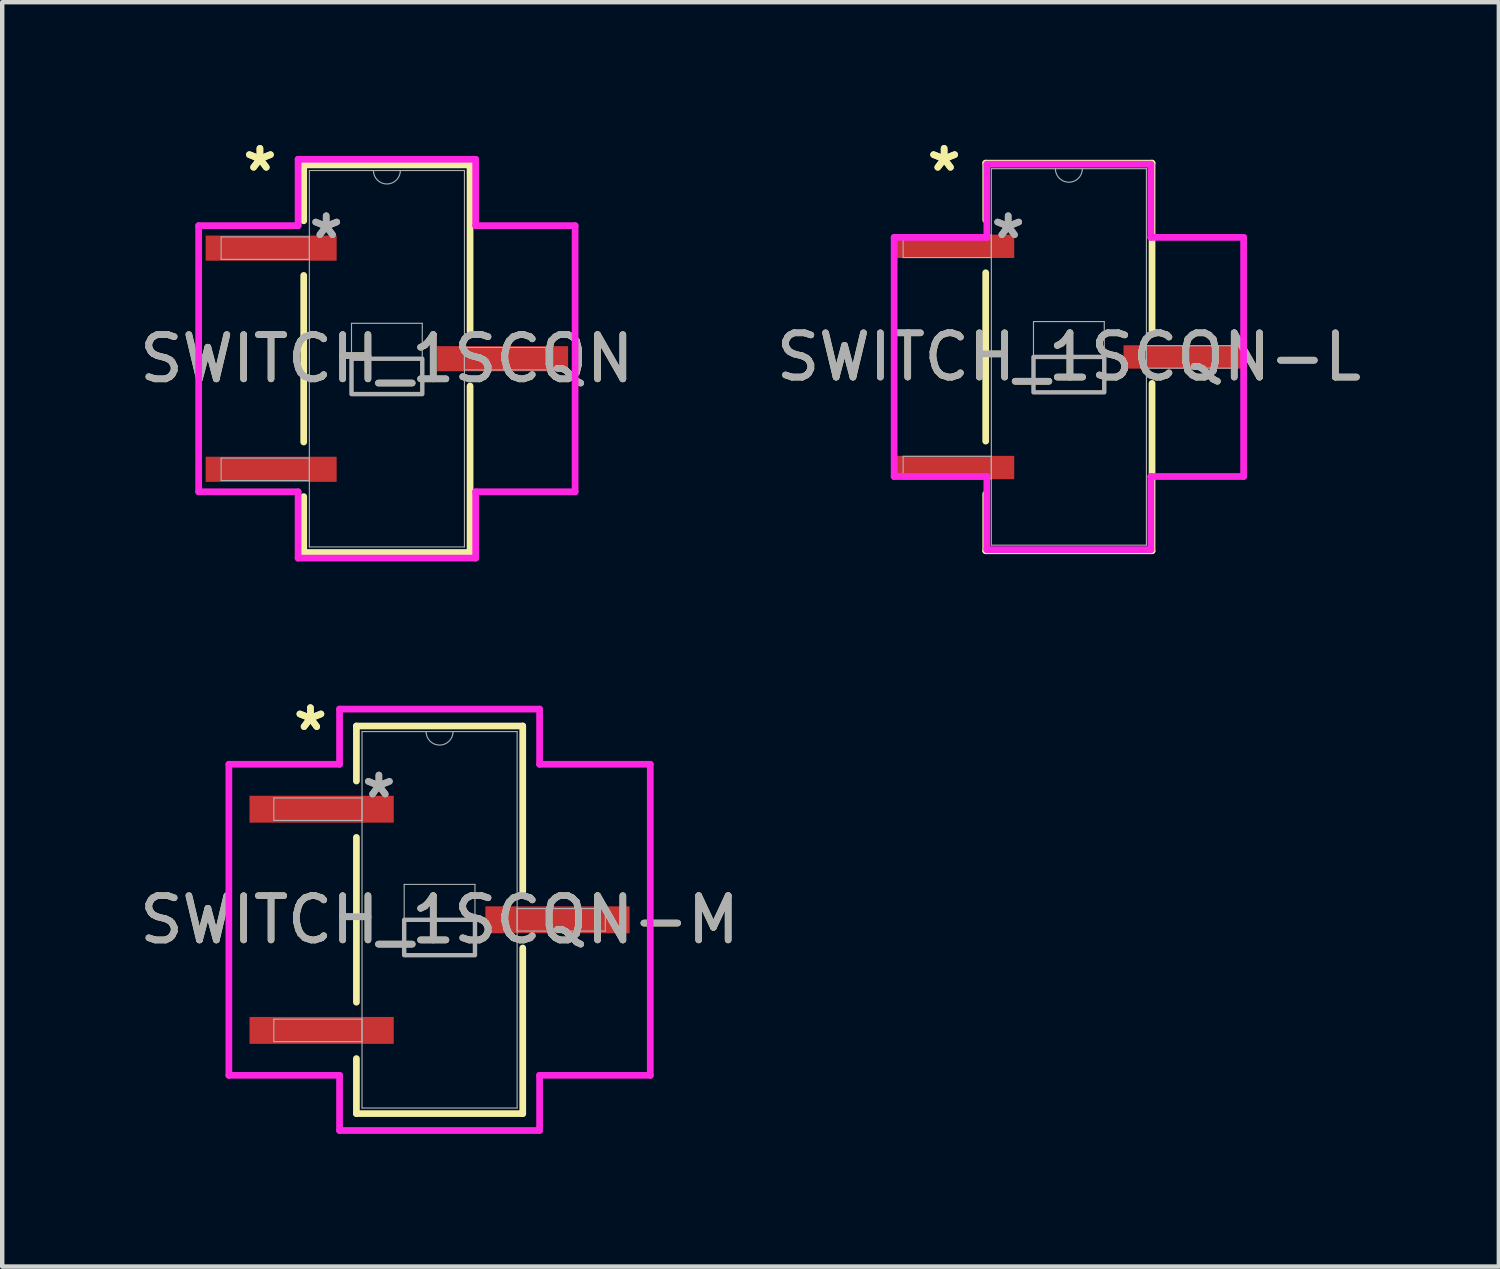
<source format=kicad_pcb>
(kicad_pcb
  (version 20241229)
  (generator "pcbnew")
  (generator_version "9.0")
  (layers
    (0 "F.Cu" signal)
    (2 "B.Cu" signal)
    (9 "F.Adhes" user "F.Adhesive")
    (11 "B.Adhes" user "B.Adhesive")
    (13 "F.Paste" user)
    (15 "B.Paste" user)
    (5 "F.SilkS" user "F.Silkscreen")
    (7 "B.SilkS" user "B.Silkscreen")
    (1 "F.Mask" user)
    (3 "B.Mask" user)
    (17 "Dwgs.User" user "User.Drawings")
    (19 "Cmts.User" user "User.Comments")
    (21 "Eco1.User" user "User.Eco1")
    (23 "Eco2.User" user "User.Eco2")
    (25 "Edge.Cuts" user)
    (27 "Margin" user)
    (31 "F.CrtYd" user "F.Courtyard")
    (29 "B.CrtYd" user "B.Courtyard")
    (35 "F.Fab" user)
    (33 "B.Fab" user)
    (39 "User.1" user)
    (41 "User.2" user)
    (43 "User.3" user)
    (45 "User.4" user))
  (footprint "SWITCH_1SCQN"
    (layer "F.Cu")
    (at 5.696 5.059)
    (property "Reference" "SWITCH_1SCQN" (at 0 0 0) (unlocked yes) (layer "F.SilkS") (effects (font (size 1 1) (thickness 0.15))))
    (attr smd)
    (fp_line (start -1.88 -4.381) (end -1.88 -3.117) (stroke (width 0.152) (type solid)) (layer "F.SilkS"))
    (fp_line (start -1.88 -1.883) (end -1.88 1.883) (stroke (width 0.152) (type solid)) (layer "F.SilkS"))
    (fp_line (start -1.88 3.117) (end -1.88 4.381) (stroke (width 0.152) (type solid)) (layer "F.SilkS"))
    (fp_line (start -1.88 4.381) (end 1.88 4.381) (stroke (width 0.152) (type solid)) (layer "F.SilkS"))
    (fp_line (start 1.88 -4.381) (end -1.88 -4.381) (stroke (width 0.152) (type solid)) (layer "F.SilkS"))
    (fp_line (start 1.88 -0.617) (end 1.88 -4.381) (stroke (width 0.152) (type solid)) (layer "F.SilkS"))
    (fp_line (start 1.88 4.381) (end 1.88 0.617) (stroke (width 0.152) (type solid)) (layer "F.SilkS"))
    (fp_line (start -4.255 -3.008) (end -2.007 -3.008) (stroke (width 0.152) (type solid)) (layer "F.CrtYd"))
    (fp_line (start -4.255 3.008) (end -4.255 -3.008) (stroke (width 0.152) (type solid)) (layer "F.CrtYd"))
    (fp_line (start -2.007 -4.508) (end 2.007 -4.508) (stroke (width 0.152) (type solid)) (layer "F.CrtYd"))
    (fp_line (start -2.007 -3.008) (end -2.007 -4.508) (stroke (width 0.152) (type solid)) (layer "F.CrtYd"))
    (fp_line (start -2.007 3.008) (end -4.255 3.008) (stroke (width 0.152) (type solid)) (layer "F.CrtYd"))
    (fp_line (start -2.007 4.508) (end -2.007 3.008) (stroke (width 0.152) (type solid)) (layer "F.CrtYd"))
    (fp_line (start 2.007 -4.508) (end 2.007 -3.008) (stroke (width 0.152) (type solid)) (layer "F.CrtYd"))
    (fp_line (start 2.007 -3.008) (end 4.255 -3.008) (stroke (width 0.152) (type solid)) (layer "F.CrtYd"))
    (fp_line (start 2.007 3.008) (end 2.007 4.508) (stroke (width 0.152) (type solid)) (layer "F.CrtYd"))
    (fp_line (start 2.007 4.508) (end -2.007 4.508) (stroke (width 0.152) (type solid)) (layer "F.CrtYd"))
    (fp_line (start 4.255 -3.008) (end 4.255 3.008) (stroke (width 0.152) (type solid)) (layer "F.CrtYd"))
    (fp_line (start 4.255 3.008) (end 2.007 3.008) (stroke (width 0.152) (type solid)) (layer "F.CrtYd"))
    (fp_line (start -3.747 -2.754) (end -3.747 -2.246) (stroke (width 0.025) (type solid)) (layer "F.Fab"))
    (fp_line (start -3.747 -2.246) (end -1.753 -2.246) (stroke (width 0.025) (type solid)) (layer "F.Fab"))
    (fp_line (start -3.747 2.246) (end -3.747 2.754) (stroke (width 0.025) (type solid)) (layer "F.Fab"))
    (fp_line (start -3.747 2.754) (end -1.753 2.754) (stroke (width 0.025) (type solid)) (layer "F.Fab"))
    (fp_line (start -1.753 -4.255) (end -1.753 4.255) (stroke (width 0.025) (type solid)) (layer "F.Fab"))
    (fp_line (start -1.753 -2.754) (end -3.747 -2.754) (stroke (width 0.025) (type solid)) (layer "F.Fab"))
    (fp_line (start -1.753 -2.246) (end -1.753 -2.754) (stroke (width 0.025) (type solid)) (layer "F.Fab"))
    (fp_line (start -1.753 2.246) (end -3.747 2.246) (stroke (width 0.025) (type solid)) (layer "F.Fab"))
    (fp_line (start -1.753 2.754) (end -1.753 2.246) (stroke (width 0.025) (type solid)) (layer "F.Fab"))
    (fp_line (start -1.753 4.255) (end 1.753 4.255) (stroke (width 0.025) (type solid)) (layer "F.Fab"))
    (fp_line (start -0.8 -0.8) (end 0.8 -0.8) (stroke (width 0.025) (type solid)) (layer "F.Fab"))
    (fp_line (start -0.8 0.8) (end -0.8 -0.8) (stroke (width 0.025) (type solid)) (layer "F.Fab"))
    (fp_line (start 0.8 -0.8) (end 0.8 0.8) (stroke (width 0.025) (type solid)) (layer "F.Fab"))
    (fp_line (start 0.8 0.8) (end -0.8 0.8) (stroke (width 0.025) (type solid)) (layer "F.Fab"))
    (fp_line (start 1.753 -4.255) (end -1.753 -4.255) (stroke (width 0.025) (type solid)) (layer "F.Fab"))
    (fp_line (start 1.753 -0.254) (end 1.753 0.254) (stroke (width 0.025) (type solid)) (layer "F.Fab"))
    (fp_line (start 1.753 0.254) (end 3.747 0.254) (stroke (width 0.025) (type solid)) (layer "F.Fab"))
    (fp_line (start 1.753 4.255) (end 1.753 -4.255) (stroke (width 0.025) (type solid)) (layer "F.Fab"))
    (fp_line (start 3.747 -0.254) (end 1.753 -0.254) (stroke (width 0.025) (type solid)) (layer "F.Fab"))
    (fp_line (start 3.747 0.254) (end 3.747 -0.254) (stroke (width 0.025) (type solid)) (layer "F.Fab"))
    (fp_arc (start 0.3048 -4.2545) (mid 0 -3.9497) (end -0.3048 -4.2545) (stroke (width 0.0254) (type solid)) (layer "F.Fab"))
    (fp_poly (pts (xy -0.8 0.8) (xy -0.8 0) (xy 0.8 0) (xy 0.8 0.8)) (stroke (width 0.1) (type solid)) (fill no) (layer "F.Fab"))
    (fp_text user "*" (at -2.87 -4.211 0) (layer "F.SilkS") (effects (font (size 1 1) (thickness 0.15))))
    (fp_text user "*" (at -2.87 -4.211 0) (unlocked yes) (layer "F.SilkS") (effects (font (size 1 1) (thickness 0.15))))
    (fp_text user "${REFERENCE}" (at 0 0 0) (unlocked yes) (layer "F.Fab") (effects (font (size 1 1) (thickness 0.15))))
    (fp_text user "*" (at -1.372 -2.687 0) (layer "F.Fab") (effects (font (size 1 1) (thickness 0.15))))
    (fp_text user "*" (at -1.372 -2.687 0) (unlocked yes) (layer "F.Fab") (effects (font (size 1 1) (thickness 0.15))))
    (pad "1" smd rect (at -2.616 -2.5) (size 2.961 0.568) (layers "F.Cu" "F.Mask" "F.Paste"))
    (pad "2" smd rect (at 2.616 0) (size 2.961 0.568) (layers "F.Cu" "F.Mask" "F.Paste"))
    (pad "3" smd rect (at -2.616 2.5) (size 2.961 0.568) (layers "F.Cu" "F.Mask" "F.Paste")))
  (footprint "SWITCH_1SCQN-L"
    (layer "F.Cu")
    (at 21.113 5.019)
    (property "Reference" "SWITCH_1SCQN-L" (at 0 0 0) (unlocked yes) (layer "F.SilkS") (effects (font (size 1 1) (thickness 0.15))))
    (attr smd)
    (fp_line (start -1.88 -4.381) (end -1.88 -3.097) (stroke (width 0.152) (type solid)) (layer "F.SilkS"))
    (fp_line (start -1.88 -1.903) (end -1.88 1.903) (stroke (width 0.152) (type solid)) (layer "F.SilkS"))
    (fp_line (start -1.88 3.097) (end -1.88 4.381) (stroke (width 0.152) (type solid)) (layer "F.SilkS"))
    (fp_line (start -1.88 4.381) (end 1.88 4.381) (stroke (width 0.152) (type solid)) (layer "F.SilkS"))
    (fp_line (start 1.88 -4.381) (end -1.88 -4.381) (stroke (width 0.152) (type solid)) (layer "F.SilkS"))
    (fp_line (start 1.88 -0.597) (end 1.88 -4.381) (stroke (width 0.152) (type solid)) (layer "F.SilkS"))
    (fp_line (start 1.88 4.381) (end 1.88 0.597) (stroke (width 0.152) (type solid)) (layer "F.SilkS"))
    (fp_line (start -3.95 -2.703) (end -1.854 -2.703) (stroke (width 0.152) (type solid)) (layer "F.CrtYd"))
    (fp_line (start -3.95 2.703) (end -3.95 -2.703) (stroke (width 0.152) (type solid)) (layer "F.CrtYd"))
    (fp_line (start -1.854 -4.356) (end 1.854 -4.356) (stroke (width 0.152) (type solid)) (layer "F.CrtYd"))
    (fp_line (start -1.854 -2.703) (end -1.854 -4.356) (stroke (width 0.152) (type solid)) (layer "F.CrtYd"))
    (fp_line (start -1.854 2.703) (end -3.95 2.703) (stroke (width 0.152) (type solid)) (layer "F.CrtYd"))
    (fp_line (start -1.854 4.356) (end -1.854 2.703) (stroke (width 0.152) (type solid)) (layer "F.CrtYd"))
    (fp_line (start 1.854 -4.356) (end 1.854 -2.703) (stroke (width 0.152) (type solid)) (layer "F.CrtYd"))
    (fp_line (start 1.854 -2.703) (end 3.95 -2.703) (stroke (width 0.152) (type solid)) (layer "F.CrtYd"))
    (fp_line (start 1.854 2.703) (end 1.854 4.356) (stroke (width 0.152) (type solid)) (layer "F.CrtYd"))
    (fp_line (start 1.854 4.356) (end -1.854 4.356) (stroke (width 0.152) (type solid)) (layer "F.CrtYd"))
    (fp_line (start 3.95 -2.703) (end 3.95 2.703) (stroke (width 0.152) (type solid)) (layer "F.CrtYd"))
    (fp_line (start 3.95 2.703) (end 1.854 2.703) (stroke (width 0.152) (type solid)) (layer "F.CrtYd"))
    (fp_line (start -3.747 -2.754) (end -3.747 -2.246) (stroke (width 0.025) (type solid)) (layer "F.Fab"))
    (fp_line (start -3.747 -2.246) (end -1.753 -2.246) (stroke (width 0.025) (type solid)) (layer "F.Fab"))
    (fp_line (start -3.747 2.246) (end -3.747 2.754) (stroke (width 0.025) (type solid)) (layer "F.Fab"))
    (fp_line (start -3.747 2.754) (end -1.753 2.754) (stroke (width 0.025) (type solid)) (layer "F.Fab"))
    (fp_line (start -1.753 -4.255) (end -1.753 4.255) (stroke (width 0.025) (type solid)) (layer "F.Fab"))
    (fp_line (start -1.753 -2.754) (end -3.747 -2.754) (stroke (width 0.025) (type solid)) (layer "F.Fab"))
    (fp_line (start -1.753 -2.246) (end -1.753 -2.754) (stroke (width 0.025) (type solid)) (layer "F.Fab"))
    (fp_line (start -1.753 2.246) (end -3.747 2.246) (stroke (width 0.025) (type solid)) (layer "F.Fab"))
    (fp_line (start -1.753 2.754) (end -1.753 2.246) (stroke (width 0.025) (type solid)) (layer "F.Fab"))
    (fp_line (start -1.753 4.255) (end 1.753 4.255) (stroke (width 0.025) (type solid)) (layer "F.Fab"))
    (fp_line (start -0.8 -0.8) (end 0.8 -0.8) (stroke (width 0.025) (type solid)) (layer "F.Fab"))
    (fp_line (start -0.8 0.8) (end -0.8 -0.8) (stroke (width 0.025) (type solid)) (layer "F.Fab"))
    (fp_line (start 0.8 -0.8) (end 0.8 0.8) (stroke (width 0.025) (type solid)) (layer "F.Fab"))
    (fp_line (start 0.8 0.8) (end -0.8 0.8) (stroke (width 0.025) (type solid)) (layer "F.Fab"))
    (fp_line (start 1.753 -4.255) (end -1.753 -4.255) (stroke (width 0.025) (type solid)) (layer "F.Fab"))
    (fp_line (start 1.753 -0.254) (end 1.753 0.254) (stroke (width 0.025) (type solid)) (layer "F.Fab"))
    (fp_line (start 1.753 0.254) (end 3.747 0.254) (stroke (width 0.025) (type solid)) (layer "F.Fab"))
    (fp_line (start 1.753 4.255) (end 1.753 -4.255) (stroke (width 0.025) (type solid)) (layer "F.Fab"))
    (fp_line (start 3.747 -0.254) (end 1.753 -0.254) (stroke (width 0.025) (type solid)) (layer "F.Fab"))
    (fp_line (start 3.747 0.254) (end 3.747 -0.254) (stroke (width 0.025) (type solid)) (layer "F.Fab"))
    (fp_arc (start 0.3048 -4.2545) (mid 0 -3.9497) (end -0.3048 -4.2545) (stroke (width 0.0254) (type solid)) (layer "F.Fab"))
    (fp_poly (pts (xy -0.8 0.8) (xy -0.8 0) (xy 0.8 0) (xy 0.8 0.8)) (stroke (width 0.1) (type solid)) (fill no) (layer "F.Fab"))
    (fp_text user "*" (at -2.82 -4.171 0) (unlocked yes) (layer "F.SilkS") (effects (font (size 1 1) (thickness 0.15))))
    (fp_text user "*" (at -2.82 -4.171 0) (layer "F.SilkS") (effects (font (size 1 1) (thickness 0.15))))
    (fp_text user "*" (at -1.372 -2.647 0) (unlocked yes) (layer "F.Fab") (effects (font (size 1 1) (thickness 0.15))))
    (fp_text user "*" (at -1.372 -2.647 0) (layer "F.Fab") (effects (font (size 1 1) (thickness 0.15))))
    (fp_text user "${REFERENCE}" (at 0 0 0) (unlocked yes) (layer "F.Fab") (effects (font (size 1 1) (thickness 0.15))))
    (pad "1" smd rect (at -2.566 -2.5) (size 2.661 0.528) (layers "F.Cu" "F.Mask" "F.Paste"))
    (pad "2" smd rect (at 2.566 0) (size 2.661 0.528) (layers "F.Cu" "F.Mask" "F.Paste"))
    (pad "3" smd rect (at -2.566 2.5) (size 2.661 0.528) (layers "F.Cu" "F.Mask" "F.Paste")))
  (footprint "SWITCH_1SCQN-M"
    (layer "F.Cu")
    (at 6.887 17.743)
    (property "Reference" "SWITCH_1SCQN-M" (at 0 0 0) (unlocked yes) (layer "F.SilkS") (effects (font (size 1 1) (thickness 0.15))))
    (attr smd)
    (fp_line (start -1.88 -4.381) (end -1.88 -3.137) (stroke (width 0.152) (type solid)) (layer "F.SilkS"))
    (fp_line (start -1.88 -1.863) (end -1.88 1.863) (stroke (width 0.152) (type solid)) (layer "F.SilkS"))
    (fp_line (start -1.88 3.137) (end -1.88 4.381) (stroke (width 0.152) (type solid)) (layer "F.SilkS"))
    (fp_line (start -1.88 4.381) (end 1.88 4.381) (stroke (width 0.152) (type solid)) (layer "F.SilkS"))
    (fp_line (start 1.88 -4.381) (end -1.88 -4.381) (stroke (width 0.152) (type solid)) (layer "F.SilkS"))
    (fp_line (start 1.88 -0.637) (end 1.88 -4.381) (stroke (width 0.152) (type solid)) (layer "F.SilkS"))
    (fp_line (start 1.88 4.381) (end 1.88 0.637) (stroke (width 0.152) (type solid)) (layer "F.SilkS"))
    (fp_line (start -4.763 -3.516) (end -2.261 -3.516) (stroke (width 0.152) (type solid)) (layer "F.CrtYd"))
    (fp_line (start -4.763 3.516) (end -4.763 -3.516) (stroke (width 0.152) (type solid)) (layer "F.CrtYd"))
    (fp_line (start -2.261 -4.763) (end 2.261 -4.763) (stroke (width 0.152) (type solid)) (layer "F.CrtYd"))
    (fp_line (start -2.261 -3.516) (end -2.261 -4.763) (stroke (width 0.152) (type solid)) (layer "F.CrtYd"))
    (fp_line (start -2.261 3.516) (end -4.763 3.516) (stroke (width 0.152) (type solid)) (layer "F.CrtYd"))
    (fp_line (start -2.261 4.763) (end -2.261 3.516) (stroke (width 0.152) (type solid)) (layer "F.CrtYd"))
    (fp_line (start 2.261 -4.763) (end 2.261 -3.516) (stroke (width 0.152) (type solid)) (layer "F.CrtYd"))
    (fp_line (start 2.261 -3.516) (end 4.763 -3.516) (stroke (width 0.152) (type solid)) (layer "F.CrtYd"))
    (fp_line (start 2.261 3.516) (end 2.261 4.763) (stroke (width 0.152) (type solid)) (layer "F.CrtYd"))
    (fp_line (start 2.261 4.763) (end -2.261 4.763) (stroke (width 0.152) (type solid)) (layer "F.CrtYd"))
    (fp_line (start 4.763 -3.516) (end 4.763 3.516) (stroke (width 0.152) (type solid)) (layer "F.CrtYd"))
    (fp_line (start 4.763 3.516) (end 2.261 3.516) (stroke (width 0.152) (type solid)) (layer "F.CrtYd"))
    (fp_line (start -3.747 -2.754) (end -3.747 -2.246) (stroke (width 0.025) (type solid)) (layer "F.Fab"))
    (fp_line (start -3.747 -2.246) (end -1.753 -2.246) (stroke (width 0.025) (type solid)) (layer "F.Fab"))
    (fp_line (start -3.747 2.246) (end -3.747 2.754) (stroke (width 0.025) (type solid)) (layer "F.Fab"))
    (fp_line (start -3.747 2.754) (end -1.753 2.754) (stroke (width 0.025) (type solid)) (layer "F.Fab"))
    (fp_line (start -1.753 -4.255) (end -1.753 4.255) (stroke (width 0.025) (type solid)) (layer "F.Fab"))
    (fp_line (start -1.753 -2.754) (end -3.747 -2.754) (stroke (width 0.025) (type solid)) (layer "F.Fab"))
    (fp_line (start -1.753 -2.246) (end -1.753 -2.754) (stroke (width 0.025) (type solid)) (layer "F.Fab"))
    (fp_line (start -1.753 2.246) (end -3.747 2.246) (stroke (width 0.025) (type solid)) (layer "F.Fab"))
    (fp_line (start -1.753 2.754) (end -1.753 2.246) (stroke (width 0.025) (type solid)) (layer "F.Fab"))
    (fp_line (start -1.753 4.255) (end 1.753 4.255) (stroke (width 0.025) (type solid)) (layer "F.Fab"))
    (fp_line (start -0.8 -0.8) (end 0.8 -0.8) (stroke (width 0.025) (type solid)) (layer "F.Fab"))
    (fp_line (start -0.8 0.8) (end -0.8 -0.8) (stroke (width 0.025) (type solid)) (layer "F.Fab"))
    (fp_line (start 0.8 -0.8) (end 0.8 0.8) (stroke (width 0.025) (type solid)) (layer "F.Fab"))
    (fp_line (start 0.8 0.8) (end -0.8 0.8) (stroke (width 0.025) (type solid)) (layer "F.Fab"))
    (fp_line (start 1.753 -4.255) (end -1.753 -4.255) (stroke (width 0.025) (type solid)) (layer "F.Fab"))
    (fp_line (start 1.753 -0.254) (end 1.753 0.254) (stroke (width 0.025) (type solid)) (layer "F.Fab"))
    (fp_line (start 1.753 0.254) (end 3.747 0.254) (stroke (width 0.025) (type solid)) (layer "F.Fab"))
    (fp_line (start 1.753 4.255) (end 1.753 -4.255) (stroke (width 0.025) (type solid)) (layer "F.Fab"))
    (fp_line (start 3.747 -0.254) (end 1.753 -0.254) (stroke (width 0.025) (type solid)) (layer "F.Fab"))
    (fp_line (start 3.747 0.254) (end 3.747 -0.254) (stroke (width 0.025) (type solid)) (layer "F.Fab"))
    (fp_arc (start 0.3048 -4.2545) (mid 0 -3.9497) (end -0.3048 -4.2545) (stroke (width 0.0254) (type solid)) (layer "F.Fab"))
    (fp_poly (pts (xy -0.8 0.8) (xy -0.8 0) (xy 0.8 0) (xy 0.8 0.8)) (stroke (width 0.1) (type solid)) (fill no) (layer "F.Fab"))
    (fp_text user "*" (at -2.92 -4.251 0) (layer "F.SilkS") (effects (font (size 1 1) (thickness 0.15))))
    (fp_text user "*" (at -2.92 -4.251 0) (unlocked yes) (layer "F.SilkS") (effects (font (size 1 1) (thickness 0.15))))
    (fp_text user "${REFERENCE}" (at 0 0 0) (unlocked yes) (layer "F.Fab") (effects (font (size 1 1) (thickness 0.15))))
    (fp_text user "*" (at -1.372 -2.727 0) (unlocked yes) (layer "F.Fab") (effects (font (size 1 1) (thickness 0.15))))
    (fp_text user "*" (at -1.372 -2.727 0) (layer "F.Fab") (effects (font (size 1 1) (thickness 0.15))))
    (pad "1" smd rect (at -2.666 -2.5) (size 3.261 0.608) (layers "F.Cu" "F.Mask" "F.Paste"))
    (pad "2" smd rect (at 2.666 0) (size 3.261 0.608) (layers "F.Cu" "F.Mask" "F.Paste"))
    (pad "3" smd rect (at -2.666 2.5) (size 3.261 0.608) (layers "F.Cu" "F.Mask" "F.Paste")))
  (gr_rect
    (start -3 -3)
    (end 30.833 25.582)
    (stroke (width 0.1) (type default))
    (fill no)
    (layer "Edge.Cuts")))
</source>
